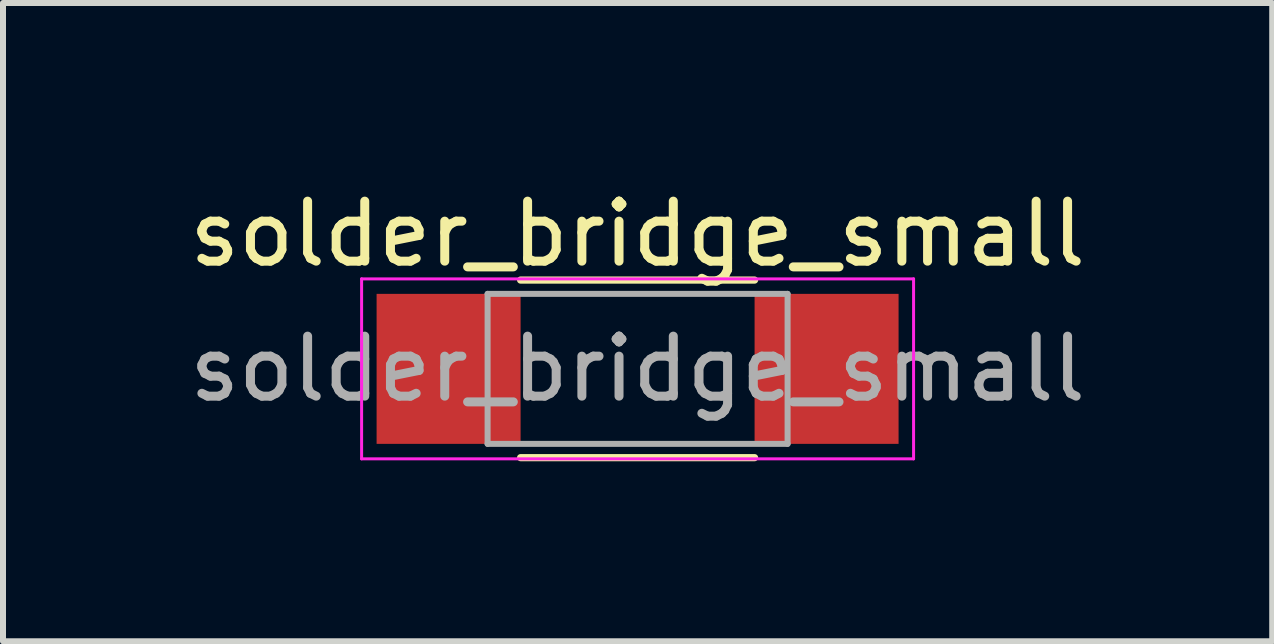
<source format=kicad_pcb>
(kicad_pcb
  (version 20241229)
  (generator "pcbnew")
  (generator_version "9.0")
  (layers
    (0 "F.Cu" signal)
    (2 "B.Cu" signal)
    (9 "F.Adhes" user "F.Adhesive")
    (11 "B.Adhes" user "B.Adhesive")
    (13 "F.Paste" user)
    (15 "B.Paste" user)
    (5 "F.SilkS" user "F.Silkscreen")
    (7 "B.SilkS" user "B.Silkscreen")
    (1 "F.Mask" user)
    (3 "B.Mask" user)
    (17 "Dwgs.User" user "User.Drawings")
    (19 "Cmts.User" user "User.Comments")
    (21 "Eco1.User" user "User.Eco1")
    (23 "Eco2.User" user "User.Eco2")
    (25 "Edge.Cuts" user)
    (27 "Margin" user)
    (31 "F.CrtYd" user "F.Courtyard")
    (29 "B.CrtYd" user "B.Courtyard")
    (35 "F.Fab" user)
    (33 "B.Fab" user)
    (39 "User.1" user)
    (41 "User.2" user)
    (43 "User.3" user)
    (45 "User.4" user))
  (footprint "solder_bridge_small"
    (layer "F.Cu")
    (at 7.577 3.098)
    (property "Reference" "solder_bridge_small" (at 0 -2.25 0) (layer "F.SilkS") (effects (font (size 1 1) (thickness 0.15))))
    (attr smd)
    (fp_line (start -1.95 -1.48) (end 1.95 -1.48) (stroke (width 0.12) (type solid)) (layer "F.SilkS"))
    (fp_line (start 1.95 1.48) (end -1.95 1.48) (stroke (width 0.12) (type solid)) (layer "F.SilkS"))
    (fp_line (start -4.6 -1.5) (end -4.6 1.5) (stroke (width 0.05) (type solid)) (layer "F.CrtYd"))
    (fp_line (start -4.6 -1.5) (end 4.6 -1.5) (stroke (width 0.05) (type solid)) (layer "F.CrtYd"))
    (fp_line (start 4.6 1.5) (end -4.6 1.5) (stroke (width 0.05) (type solid)) (layer "F.CrtYd"))
    (fp_line (start 4.6 1.5) (end 4.6 -1.5) (stroke (width 0.05) (type solid)) (layer "F.CrtYd"))
    (fp_line (start -2.5 -1.25) (end 2.5 -1.25) (stroke (width 0.1) (type solid)) (layer "F.Fab"))
    (fp_line (start -2.5 1.25) (end -2.5 -1.25) (stroke (width 0.1) (type solid)) (layer "F.Fab"))
    (fp_line (start 2.5 -1.25) (end 2.5 1.25) (stroke (width 0.1) (type solid)) (layer "F.Fab"))
    (fp_line (start 2.5 1.25) (end -2.5 1.25) (stroke (width 0.1) (type solid)) (layer "F.Fab"))
    (fp_text user "${REFERENCE}" (at 0 0 0) (layer "F.Fab") (effects (font (size 1 1) (thickness 0.15))))
    (pad "1" smd rect (at -3.15 0) (size 2.4 2.5) (layers "F.Cu" "F.Mask" "F.Paste"))
    (pad "2" smd rect (at 3.15 0) (size 2.4 2.5) (layers "F.Cu" "F.Mask" "F.Paste")))
  (gr_rect
    (start -3 -3)
    (end 18.155 7.638)
    (stroke (width 0.1) (type default))
    (fill no)
    (layer "Edge.Cuts")))
</source>
